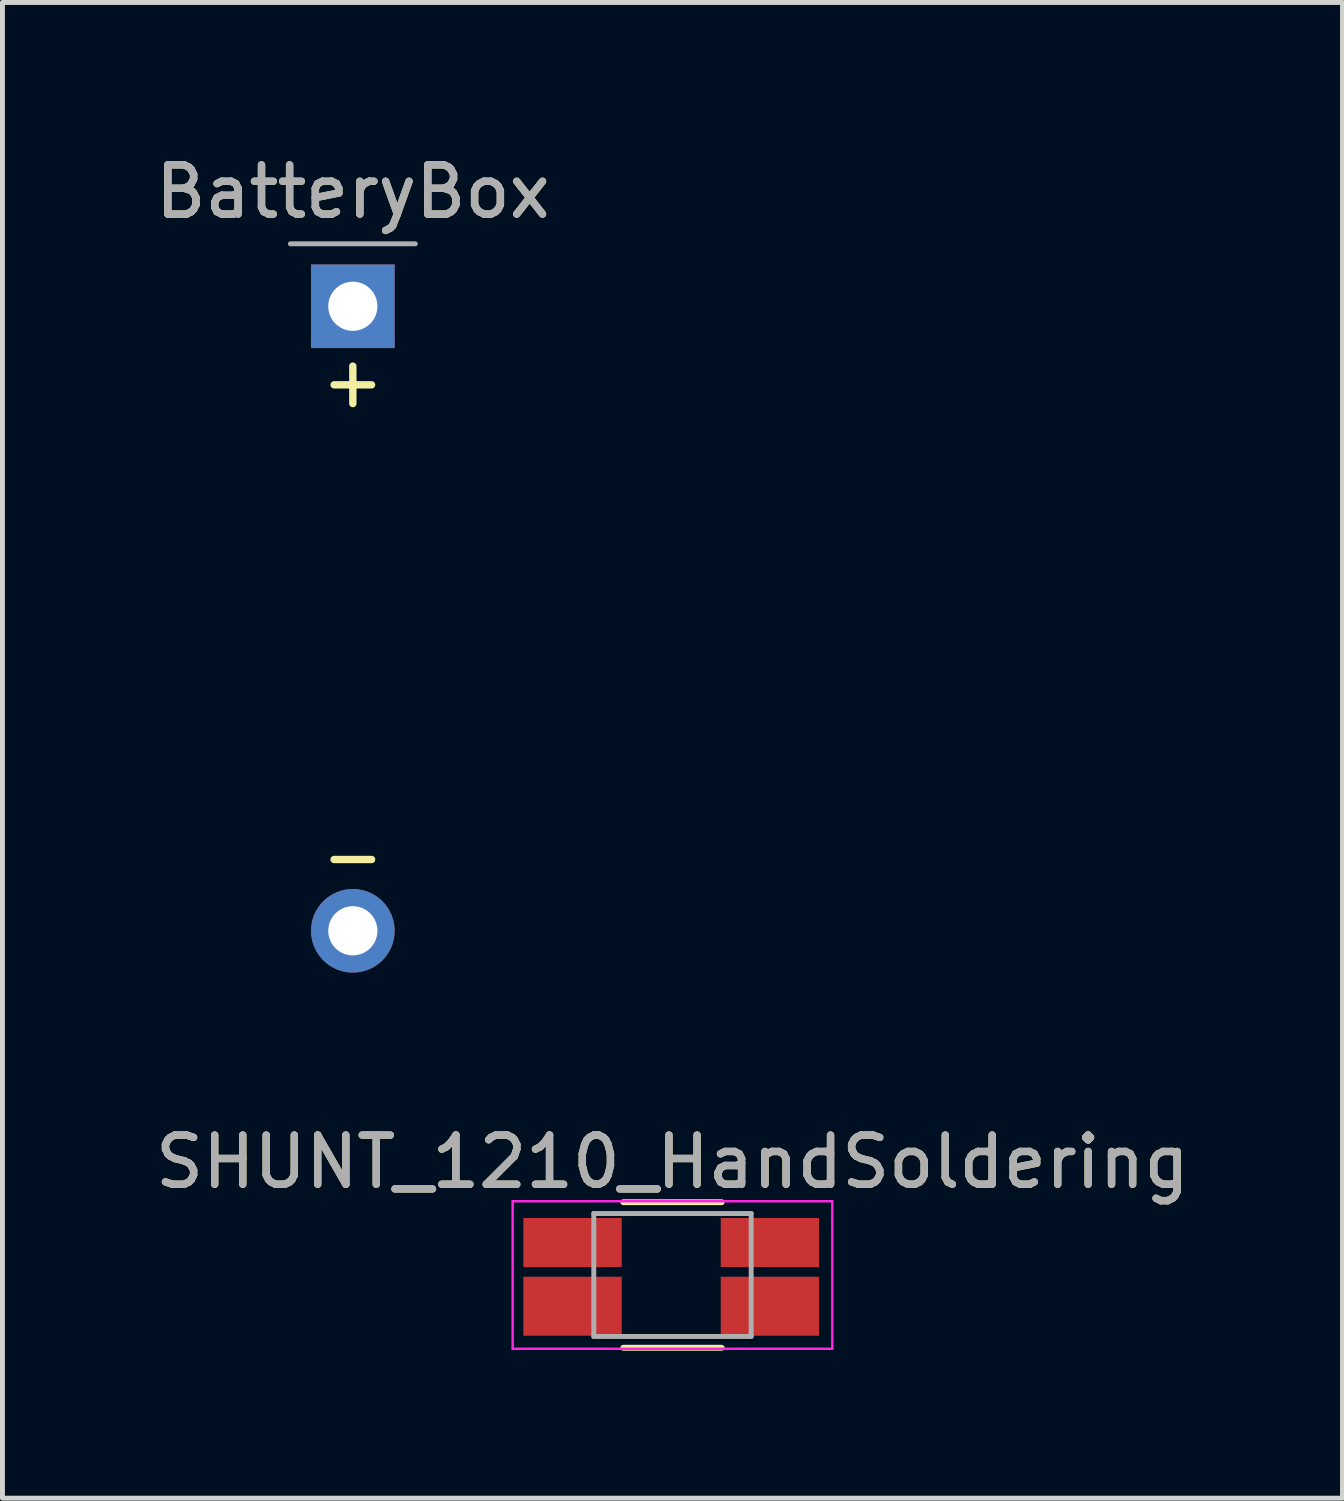
<source format=kicad_pcb>
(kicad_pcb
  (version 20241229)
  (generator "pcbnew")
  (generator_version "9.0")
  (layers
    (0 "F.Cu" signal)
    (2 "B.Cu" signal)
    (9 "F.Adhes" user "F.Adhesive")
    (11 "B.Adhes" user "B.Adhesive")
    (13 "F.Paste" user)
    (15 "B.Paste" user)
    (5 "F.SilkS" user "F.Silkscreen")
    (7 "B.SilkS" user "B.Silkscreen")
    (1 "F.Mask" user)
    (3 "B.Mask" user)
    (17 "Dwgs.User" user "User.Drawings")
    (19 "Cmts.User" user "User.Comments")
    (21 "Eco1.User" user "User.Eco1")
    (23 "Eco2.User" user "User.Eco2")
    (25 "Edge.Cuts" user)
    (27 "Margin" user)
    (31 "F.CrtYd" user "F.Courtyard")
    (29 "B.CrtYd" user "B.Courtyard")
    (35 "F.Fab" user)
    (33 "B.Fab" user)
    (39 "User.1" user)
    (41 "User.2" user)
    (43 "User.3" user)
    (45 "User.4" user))
  (footprint "SHUNT_1210_HandSoldering"
    (layer "F.Cu")
    (at 10.625 22.877)
    (property "Reference" "SHUNT_1210_HandSoldering" (at 0 -2.3 0) (layer "F.SilkS") (effects (font (size 1 1) (thickness 0.15))))
    (attr smd)
    (fp_line (start -1 -1.48) (end 1 -1.48) (stroke (width 0.12) (type solid)) (layer "F.SilkS"))
    (fp_line (start 1 1.48) (end -1 1.48) (stroke (width 0.12) (type solid)) (layer "F.SilkS"))
    (fp_line (start -3.25 -1.5) (end -3.25 1.5) (stroke (width 0.05) (type solid)) (layer "F.CrtYd"))
    (fp_line (start -3.25 -1.5) (end 3.25 -1.5) (stroke (width 0.05) (type solid)) (layer "F.CrtYd"))
    (fp_line (start 3.25 1.5) (end -3.25 1.5) (stroke (width 0.05) (type solid)) (layer "F.CrtYd"))
    (fp_line (start 3.25 1.5) (end 3.25 -1.5) (stroke (width 0.05) (type solid)) (layer "F.CrtYd"))
    (fp_line (start -1.6 -1.25) (end 1.6 -1.25) (stroke (width 0.1) (type solid)) (layer "F.Fab"))
    (fp_line (start -1.6 1.25) (end -1.6 -1.25) (stroke (width 0.1) (type solid)) (layer "F.Fab"))
    (fp_line (start 1.6 -1.25) (end 1.6 1.25) (stroke (width 0.1) (type solid)) (layer "F.Fab"))
    (fp_line (start 1.6 1.25) (end -1.6 1.25) (stroke (width 0.1) (type solid)) (layer "F.Fab"))
    (fp_text user "${REFERENCE}" (at 0 -2.3 0) (layer "F.Fab") (effects (font (size 1 1) (thickness 0.15))))
    (pad "1" smd rect (at -2.032 0.635) (size 2 1.2) (layers "F.Cu" "F.Mask" "F.Paste"))
    (pad "2" smd rect (at -2.032 -0.66) (size 2 1) (layers "F.Cu" "F.Mask" "F.Paste"))
    (pad "3" smd rect (at 1.981 -0.66) (size 2 1) (layers "F.Cu" "F.Mask" "F.Paste"))
    (pad "4" smd rect (at 1.981 0.635) (size 2 1.2) (layers "F.Cu" "F.Mask" "F.Paste")))
  (footprint "BatteryBox"
    (layer "F.Cu")
    (at 4.125 3.178)
    (property "Reference" "BatteryBox" (at 0 -2.33 0) (layer "F.SilkS") (effects (font (size 1 1) (thickness 0.15))))
    (attr through_hole)
    (fp_line (start 1.27 -1.27) (end -1.27 -1.27) (stroke (width 0.1) (type solid)) (layer "F.Fab"))
    (fp_text user "-" (at 0 11.176 0) (layer "F.SilkS") (effects (font (size 1 1) (thickness 0.15))))
    (fp_text user "+" (at 0 1.524 0) (layer "F.SilkS") (effects (font (size 1 1) (thickness 0.15))))
    (fp_text user "${REFERENCE}" (at 0 -2.33 0) (layer "F.Fab") (effects (font (size 1 1) (thickness 0.15))))
    (pad "1" thru_hole rect (at 0 0) (size 1.7 1.7) (drill 1) (layers "*.Cu" "*.Mask"))
    (pad "2" thru_hole oval (at 0 12.7) (size 1.7 1.7) (drill 1) (layers "*.Cu" "*.Mask")))
  (gr_rect
    (start -3 -3)
    (end 24.25 27.416)
    (stroke (width 0.1) (type default))
    (fill no)
    (layer "Edge.Cuts")))
</source>
